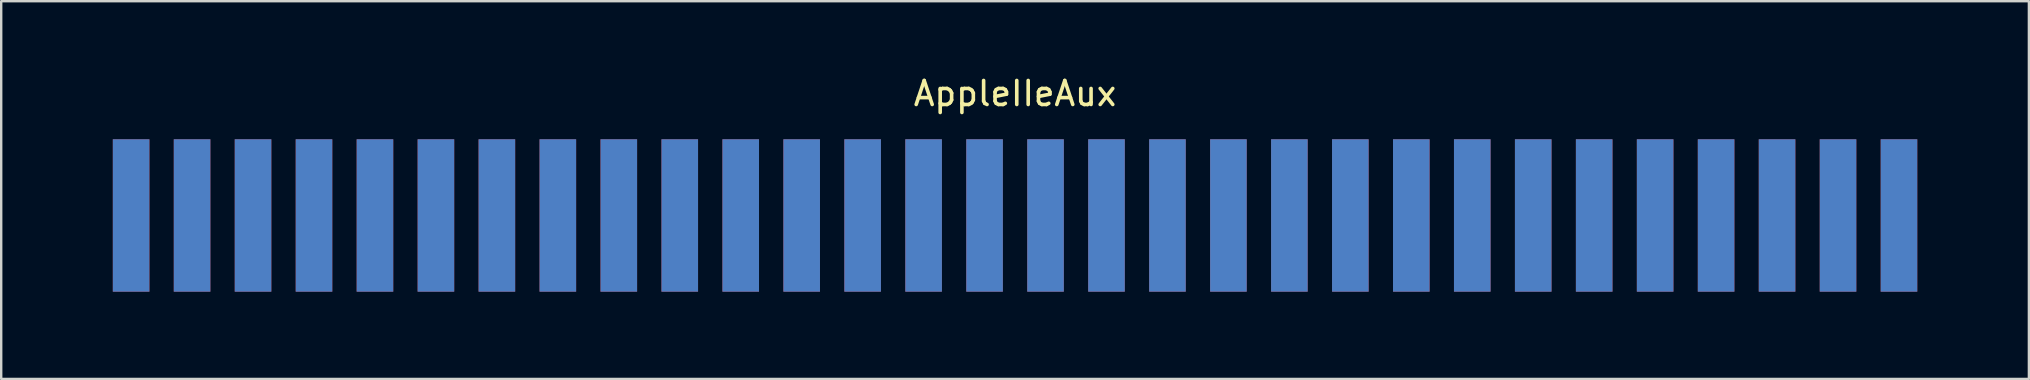
<source format=kicad_pcb>
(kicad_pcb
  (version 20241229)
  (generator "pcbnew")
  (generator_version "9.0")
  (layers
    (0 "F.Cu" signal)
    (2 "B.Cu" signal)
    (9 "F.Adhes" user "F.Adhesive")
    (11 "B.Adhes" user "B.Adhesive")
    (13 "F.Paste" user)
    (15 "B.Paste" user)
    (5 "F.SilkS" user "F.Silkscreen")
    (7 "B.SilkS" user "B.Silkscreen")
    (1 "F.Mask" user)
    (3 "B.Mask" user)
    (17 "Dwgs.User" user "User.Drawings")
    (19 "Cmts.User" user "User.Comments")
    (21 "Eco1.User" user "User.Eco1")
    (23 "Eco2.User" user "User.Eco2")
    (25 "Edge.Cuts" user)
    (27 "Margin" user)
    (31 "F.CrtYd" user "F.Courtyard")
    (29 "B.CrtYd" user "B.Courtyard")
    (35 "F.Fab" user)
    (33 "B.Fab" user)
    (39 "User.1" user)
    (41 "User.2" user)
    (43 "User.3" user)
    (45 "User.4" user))
  (footprint "AppleIIeAux"
    (layer "F.Cu")
    (at 2.413 5.928)
    (property "Reference" "AppleIIeAux" (at 36.83 -5.08 0) (layer "F.SilkS") (effects (font (size 1 1) (thickness 0.15))))
    (attr through_hole)
    (fp_poly (pts (xy -2.413 -3.81) (xy -2.413 3.81) (xy -1.397 3.81) (xy -1.397 -3.81)) (stroke (width 0) (type solid)) (fill yes) (layer "F.Mask"))
    (fp_poly (pts (xy 76.073 -3.81) (xy 75.057 -3.81) (xy 75.057 3.81) (xy 76.073 3.81)) (stroke (width 0) (type solid)) (fill yes) (layer "F.Mask"))
    (fp_poly (pts (xy -2.413 -3.81) (xy -2.413 3.81) (xy -1.397 3.81) (xy -1.397 -3.81)) (stroke (width 0) (type solid)) (fill yes) (layer "B.Mask"))
    (fp_poly (pts (xy 76.073 -3.81) (xy 75.057 -3.81) (xy 75.057 3.81) (xy 76.073 3.81)) (stroke (width 0) (type solid)) (fill yes) (layer "B.Mask"))
    (pad "1" smd rect (at 0 0) (size 1.524 6.35) (layers "F.Cu" "F.Mask"))
    (pad "2" smd rect (at 2.54 0) (size 1.524 6.35) (layers "F.Cu" "F.Mask"))
    (pad "3" smd rect (at 5.08 0) (size 1.524 6.35) (layers "F.Cu" "F.Mask"))
    (pad "4" smd rect (at 7.62 0) (size 1.524 6.35) (layers "F.Cu" "F.Mask"))
    (pad "5" smd rect (at 10.16 0) (size 1.524 6.35) (layers "F.Cu" "F.Mask"))
    (pad "6" smd rect (at 12.7 0) (size 1.524 6.35) (layers "F.Cu" "F.Mask"))
    (pad "7" smd rect (at 15.24 0) (size 1.524 6.35) (layers "F.Cu" "F.Mask"))
    (pad "8" smd rect (at 17.78 0) (size 1.524 6.35) (layers "F.Cu" "F.Mask"))
    (pad "9" smd rect (at 20.32 0) (size 1.524 6.35) (layers "F.Cu" "F.Mask"))
    (pad "10" smd rect (at 22.86 0) (size 1.524 6.35) (layers "F.Cu" "F.Mask"))
    (pad "11" smd rect (at 25.4 0) (size 1.524 6.35) (layers "F.Cu" "F.Mask"))
    (pad "12" smd rect (at 27.94 0) (size 1.524 6.35) (layers "F.Cu" "F.Mask"))
    (pad "13" smd rect (at 30.48 0) (size 1.524 6.35) (layers "F.Cu" "F.Mask"))
    (pad "14" smd rect (at 33.02 0) (size 1.524 6.35) (layers "F.Cu" "F.Mask"))
    (pad "15" smd rect (at 35.56 0) (size 1.524 6.35) (layers "F.Cu" "F.Mask"))
    (pad "16" smd rect (at 38.1 0) (size 1.524 6.35) (layers "F.Cu" "F.Mask"))
    (pad "17" smd rect (at 40.64 0) (size 1.524 6.35) (layers "F.Cu" "F.Mask"))
    (pad "18" smd rect (at 43.18 0) (size 1.524 6.35) (layers "F.Cu" "F.Mask"))
    (pad "19" smd rect (at 45.72 0) (size 1.524 6.35) (layers "F.Cu" "F.Mask"))
    (pad "20" smd rect (at 48.26 0) (size 1.524 6.35) (layers "F.Cu" "F.Mask"))
    (pad "21" smd rect (at 50.8 0) (size 1.524 6.35) (layers "F.Cu" "F.Mask"))
    (pad "22" smd rect (at 53.34 0) (size 1.524 6.35) (layers "F.Cu" "F.Mask"))
    (pad "23" smd rect (at 55.88 0) (size 1.524 6.35) (layers "F.Cu" "F.Mask"))
    (pad "24" smd rect (at 58.42 0) (size 1.524 6.35) (layers "F.Cu" "F.Mask"))
    (pad "25" smd rect (at 60.96 0) (size 1.524 6.35) (layers "F.Cu" "F.Mask"))
    (pad "26" smd rect (at 63.5 0) (size 1.524 6.35) (layers "F.Cu" "F.Mask"))
    (pad "27" smd rect (at 66.04 0) (size 1.524 6.35) (layers "F.Cu" "F.Mask"))
    (pad "28" smd rect (at 68.58 0) (size 1.524 6.35) (layers "F.Cu" "F.Mask"))
    (pad "29" smd rect (at 71.12 0) (size 1.524 6.35) (layers "F.Cu" "F.Mask"))
    (pad "30" smd rect (at 73.66 0) (size 1.524 6.35) (layers "F.Cu" "F.Mask"))
    (pad "31" smd rect (at 73.66 0) (size 1.524 6.35) (layers "B.Cu" "B.Mask"))
    (pad "32" smd rect (at 71.12 0) (size 1.524 6.35) (layers "B.Cu" "B.Mask"))
    (pad "33" smd rect (at 68.58 0) (size 1.524 6.35) (layers "B.Cu" "B.Mask"))
    (pad "34" smd rect (at 66.04 0) (size 1.524 6.35) (layers "B.Cu" "B.Mask"))
    (pad "35" smd rect (at 63.5 0) (size 1.524 6.35) (layers "B.Cu" "B.Mask"))
    (pad "36" smd rect (at 60.96 0) (size 1.524 6.35) (layers "B.Cu" "B.Mask"))
    (pad "37" smd rect (at 58.42 0) (size 1.524 6.35) (layers "B.Cu" "B.Mask"))
    (pad "38" smd rect (at 55.88 0) (size 1.524 6.35) (layers "B.Cu" "B.Mask"))
    (pad "39" smd rect (at 53.34 0) (size 1.524 6.35) (layers "B.Cu" "B.Mask"))
    (pad "40" smd rect (at 50.8 0) (size 1.524 6.35) (layers "B.Cu" "B.Mask"))
    (pad "41" smd rect (at 48.26 0) (size 1.524 6.35) (layers "B.Cu" "B.Mask"))
    (pad "42" smd rect (at 45.72 0) (size 1.524 6.35) (layers "B.Cu" "B.Mask"))
    (pad "43" smd rect (at 43.18 0) (size 1.524 6.35) (layers "B.Cu" "B.Mask"))
    (pad "44" smd rect (at 40.64 0) (size 1.524 6.35) (layers "B.Cu" "B.Mask"))
    (pad "45" smd rect (at 38.1 0) (size 1.524 6.35) (layers "B.Cu" "B.Mask"))
    (pad "46" smd rect (at 35.56 0) (size 1.524 6.35) (layers "B.Cu" "B.Mask"))
    (pad "47" smd rect (at 33.02 0) (size 1.524 6.35) (layers "B.Cu" "B.Mask"))
    (pad "48" smd rect (at 30.48 0) (size 1.524 6.35) (layers "B.Cu" "B.Mask"))
    (pad "49" smd rect (at 27.94 0) (size 1.524 6.35) (layers "B.Cu" "B.Mask"))
    (pad "50" smd rect (at 25.4 0) (size 1.524 6.35) (layers "B.Cu" "B.Mask"))
    (pad "51" smd rect (at 22.86 0) (size 1.524 6.35) (layers "B.Cu" "B.Mask"))
    (pad "52" smd rect (at 20.32 0) (size 1.524 6.35) (layers "B.Cu" "B.Mask"))
    (pad "53" smd rect (at 17.78 0) (size 1.524 6.35) (layers "B.Cu" "B.Mask"))
    (pad "54" smd rect (at 15.24 0) (size 1.524 6.35) (layers "B.Cu" "B.Mask"))
    (pad "55" smd rect (at 12.7 0) (size 1.524 6.35) (layers "B.Cu" "B.Mask"))
    (pad "56" smd rect (at 10.16 0) (size 1.524 6.35) (layers "B.Cu" "B.Mask"))
    (pad "57" smd rect (at 7.62 0) (size 1.524 6.35) (layers "B.Cu" "B.Mask"))
    (pad "58" smd rect (at 5.08 0) (size 1.524 6.35) (layers "B.Cu" "B.Mask"))
    (pad "59" smd rect (at 2.54 0) (size 1.524 6.35) (layers "B.Cu" "B.Mask"))
    (pad "60" smd rect (at 0 0) (size 1.524 6.35) (layers "B.Cu" "B.Mask")))
  (gr_rect
    (start -3 -3)
    (end 81.486 12.738)
    (stroke (width 0.1) (type default))
    (fill no)
    (layer "Edge.Cuts")))
</source>
